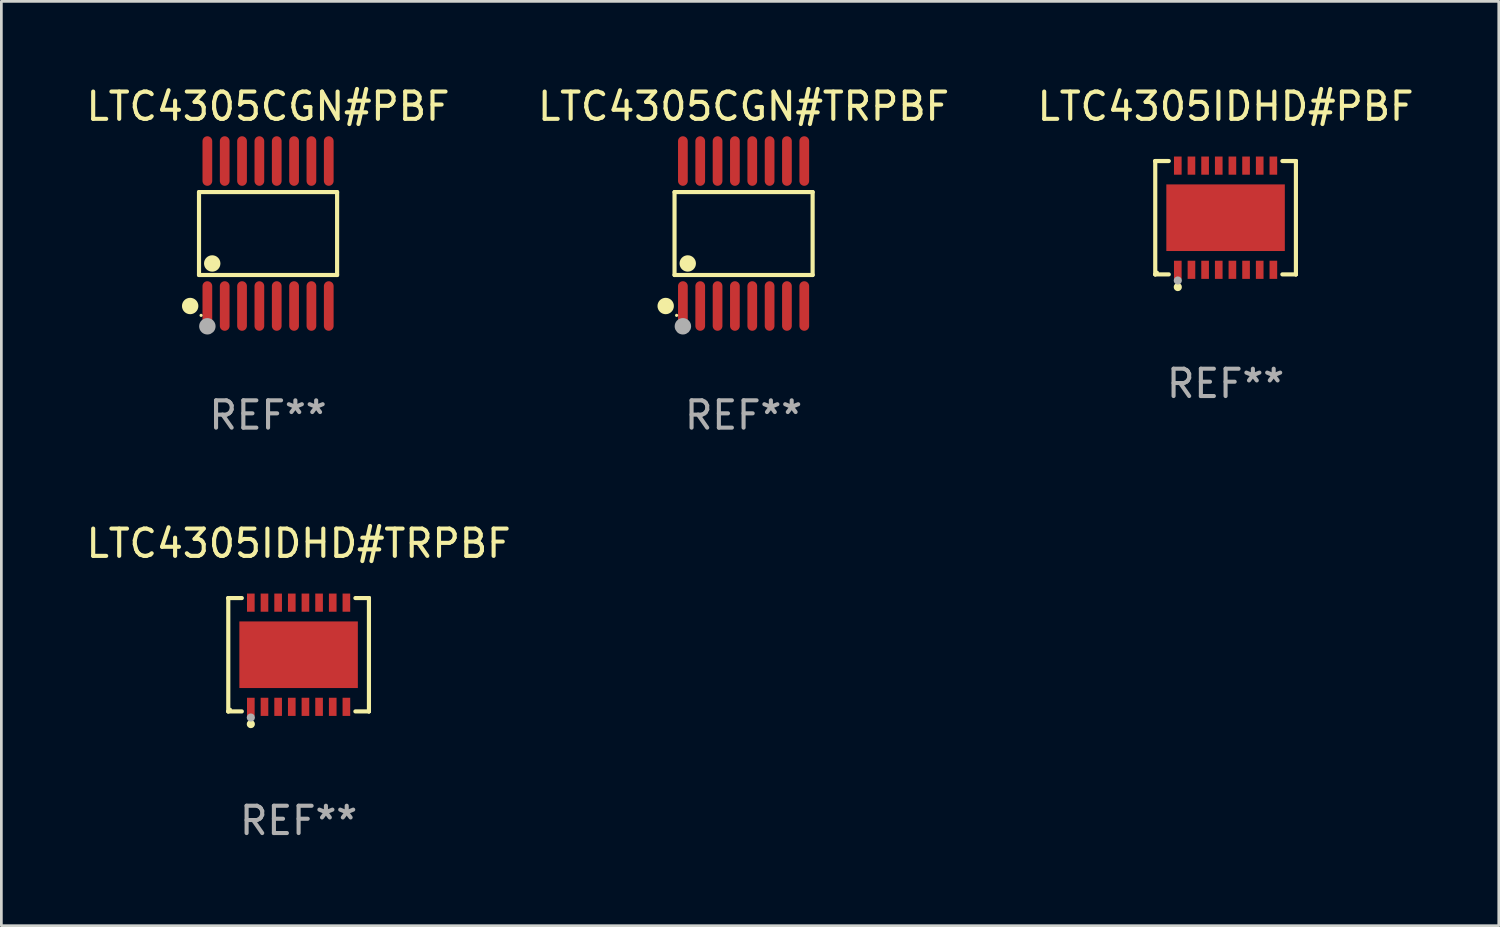
<source format=kicad_pcb>
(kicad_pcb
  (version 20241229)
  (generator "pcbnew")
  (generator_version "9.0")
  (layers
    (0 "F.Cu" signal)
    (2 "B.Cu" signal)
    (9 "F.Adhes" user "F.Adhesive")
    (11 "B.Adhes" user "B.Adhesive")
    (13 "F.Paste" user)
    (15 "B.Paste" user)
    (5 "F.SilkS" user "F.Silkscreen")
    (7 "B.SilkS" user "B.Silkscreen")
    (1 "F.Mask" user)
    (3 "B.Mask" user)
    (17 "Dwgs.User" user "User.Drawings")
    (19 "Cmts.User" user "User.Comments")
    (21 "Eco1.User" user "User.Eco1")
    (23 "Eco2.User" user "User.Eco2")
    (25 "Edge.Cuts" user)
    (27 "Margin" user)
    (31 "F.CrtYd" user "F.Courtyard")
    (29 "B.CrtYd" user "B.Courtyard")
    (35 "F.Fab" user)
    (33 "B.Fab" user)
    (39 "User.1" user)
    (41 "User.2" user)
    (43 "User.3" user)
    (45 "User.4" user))
  (footprint "LTC4305IDHD#PBF"
    (layer "F.Cu")
    (at 41.839 4.924)
    (property "Reference" "LTC4305IDHD#PBF" (at 0 -4.076 0) (layer "F.SilkS") (effects (font (size 1 1) (thickness 0.15))))
    (attr through_hole)
    (fp_line (start -2.576 -2.076) (end -2.576 -2.076) (stroke (width 0.152) (type solid)) (layer "F.SilkS"))
    (fp_line (start -2.576 -2.076) (end -2.08 -2.076) (stroke (width 0.152) (type solid)) (layer "F.SilkS"))
    (fp_line (start -2.576 2.076) (end -2.576 -2.076) (stroke (width 0.152) (type solid)) (layer "F.SilkS"))
    (fp_line (start -2.576 2.076) (end -2.576 2.076) (stroke (width 0.152) (type solid)) (layer "F.SilkS"))
    (fp_line (start -2.08 2.076) (end -2.576 2.076) (stroke (width 0.152) (type solid)) (layer "F.SilkS"))
    (fp_line (start 2.08 2.076) (end 2.576 2.076) (stroke (width 0.152) (type solid)) (layer "F.SilkS"))
    (fp_line (start 2.576 -2.076) (end 2.08 -2.076) (stroke (width 0.152) (type solid)) (layer "F.SilkS"))
    (fp_line (start 2.576 -2.076) (end 2.576 -2.076) (stroke (width 0.152) (type solid)) (layer "F.SilkS"))
    (fp_line (start 2.576 2.076) (end 2.576 -2.076) (stroke (width 0.152) (type solid)) (layer "F.SilkS"))
    (fp_line (start 2.576 2.076) (end 2.576 2.076) (stroke (width 0.152) (type solid)) (layer "F.SilkS"))
    (fp_circle (center -2.5 2) (end -2.47 2) (stroke (width 0.06) (type solid)) (fill no) (layer "F.SilkS"))
    (fp_circle (center -1.75 2.54) (end -1.675 2.54) (stroke (width 0.15) (type solid)) (fill no) (layer "F.SilkS"))
    (fp_circle (center -1.75 2.3) (end -1.675 2.3) (stroke (width 0.15) (type solid)) (fill no) (layer "F.Fab"))
    (fp_text user "REF**" (at 0 6.076 0) (layer "F.Fab") (effects (font (size 1 1) (thickness 0.15))))
    (pad "1" smd rect (at -1.75 1.908) (size 0.28 0.665) (layers "F.Cu" "F.Mask" "F.Paste"))
    (pad "2" smd rect (at -1.25 1.908) (size 0.28 0.665) (layers "F.Cu" "F.Mask" "F.Paste"))
    (pad "3" smd rect (at -0.75 1.908) (size 0.28 0.665) (layers "F.Cu" "F.Mask" "F.Paste"))
    (pad "4" smd rect (at -0.25 1.908) (size 0.28 0.665) (layers "F.Cu" "F.Mask" "F.Paste"))
    (pad "5" smd rect (at 0.25 1.908) (size 0.28 0.665) (layers "F.Cu" "F.Mask" "F.Paste"))
    (pad "6" smd rect (at 0.75 1.908) (size 0.28 0.665) (layers "F.Cu" "F.Mask" "F.Paste"))
    (pad "7" smd rect (at 1.25 1.908) (size 0.28 0.665) (layers "F.Cu" "F.Mask" "F.Paste"))
    (pad "8" smd rect (at 1.75 1.908) (size 0.28 0.665) (layers "F.Cu" "F.Mask" "F.Paste"))
    (pad "9" smd rect (at 1.75 -1.908) (size 0.28 0.665) (layers "F.Cu" "F.Mask" "F.Paste"))
    (pad "10" smd rect (at 1.25 -1.908) (size 0.28 0.665) (layers "F.Cu" "F.Mask" "F.Paste"))
    (pad "11" smd rect (at 0.75 -1.908) (size 0.28 0.665) (layers "F.Cu" "F.Mask" "F.Paste"))
    (pad "12" smd rect (at 0.25 -1.908) (size 0.28 0.665) (layers "F.Cu" "F.Mask" "F.Paste"))
    (pad "13" smd rect (at -0.25 -1.908) (size 0.28 0.665) (layers "F.Cu" "F.Mask" "F.Paste"))
    (pad "14" smd rect (at -0.75 -1.908) (size 0.28 0.665) (layers "F.Cu" "F.Mask" "F.Paste"))
    (pad "15" smd rect (at -1.25 -1.908) (size 0.28 0.665) (layers "F.Cu" "F.Mask" "F.Paste"))
    (pad "16" smd rect (at -1.75 -1.908) (size 0.28 0.665) (layers "F.Cu" "F.Mask" "F.Paste"))
    (pad "17" smd rect (at 0 0) (size 4.34 2.44) (layers "F.Cu" "F.Mask" "F.Paste")))
  (footprint "LTC4305CGN#TRPBF"
    (layer "F.Cu")
    (at 24.185 5.503)
    (property "Reference" "LTC4305CGN#TRPBF" (at 0 -4.655 0) (layer "F.SilkS") (effects (font (size 1 1) (thickness 0.15))))
    (attr through_hole)
    (fp_line (start -2.529 -1.519) (end 2.529 -1.519) (stroke (width 0.152) (type solid)) (layer "F.SilkS"))
    (fp_line (start -2.529 1.519) (end -2.529 -1.519) (stroke (width 0.152) (type solid)) (layer "F.SilkS"))
    (fp_line (start 2.529 -1.519) (end 2.529 1.519) (stroke (width 0.152) (type solid)) (layer "F.SilkS"))
    (fp_line (start 2.529 1.519) (end -2.529 1.519) (stroke (width 0.152) (type solid)) (layer "F.SilkS"))
    (fp_circle (center -2.853 2.655) (end -2.703 2.655) (stroke (width 0.3) (type solid)) (fill no) (layer "F.SilkS"))
    (fp_circle (center -2.453 2.998) (end -2.423 2.998) (stroke (width 0.06) (type solid)) (fill no) (layer "F.SilkS"))
    (fp_circle (center -2.045 1.097) (end -1.895 1.097) (stroke (width 0.3) (type solid)) (fill no) (layer "F.SilkS"))
    (fp_circle (center -2.223 3.398) (end -2.072 3.398) (stroke (width 0.3) (type solid)) (fill no) (layer "F.Fab"))
    (fp_text user "REF**" (at 0 6.655 0) (layer "F.Fab") (effects (font (size 1 1) (thickness 0.15))))
    (pad "1" smd oval (at -2.223 2.655) (size 0.356 1.815) (layers "F.Cu" "F.Mask" "F.Paste"))
    (pad "2" smd oval (at -1.588 2.655) (size 0.356 1.815) (layers "F.Cu" "F.Mask" "F.Paste"))
    (pad "3" smd oval (at -0.953 2.655) (size 0.356 1.815) (layers "F.Cu" "F.Mask" "F.Paste"))
    (pad "4" smd oval (at -0.318 2.655) (size 0.356 1.815) (layers "F.Cu" "F.Mask" "F.Paste"))
    (pad "5" smd oval (at 0.318 2.655) (size 0.356 1.815) (layers "F.Cu" "F.Mask" "F.Paste"))
    (pad "6" smd oval (at 0.953 2.655) (size 0.356 1.815) (layers "F.Cu" "F.Mask" "F.Paste"))
    (pad "7" smd oval (at 1.588 2.655) (size 0.356 1.815) (layers "F.Cu" "F.Mask" "F.Paste"))
    (pad "8" smd oval (at 2.223 2.655) (size 0.356 1.815) (layers "F.Cu" "F.Mask" "F.Paste"))
    (pad "9" smd oval (at 2.223 -2.655) (size 0.356 1.815) (layers "F.Cu" "F.Mask" "F.Paste"))
    (pad "10" smd oval (at 1.588 -2.655) (size 0.356 1.815) (layers "F.Cu" "F.Mask" "F.Paste"))
    (pad "11" smd oval (at 0.953 -2.655) (size 0.356 1.815) (layers "F.Cu" "F.Mask" "F.Paste"))
    (pad "12" smd oval (at 0.318 -2.655) (size 0.356 1.815) (layers "F.Cu" "F.Mask" "F.Paste"))
    (pad "13" smd oval (at -0.318 -2.655) (size 0.356 1.815) (layers "F.Cu" "F.Mask" "F.Paste"))
    (pad "14" smd oval (at -0.953 -2.655) (size 0.356 1.815) (layers "F.Cu" "F.Mask" "F.Paste"))
    (pad "15" smd oval (at -1.588 -2.655) (size 0.356 1.815) (layers "F.Cu" "F.Mask" "F.Paste"))
    (pad "16" smd oval (at -2.223 -2.655) (size 0.356 1.815) (layers "F.Cu" "F.Mask" "F.Paste")))
  (footprint "LTC4305CGN#PBF"
    (layer "F.Cu")
    (at 6.768 5.503)
    (property "Reference" "LTC4305CGN#PBF" (at 0 -4.655 0) (layer "F.SilkS") (effects (font (size 1 1) (thickness 0.15))))
    (attr through_hole)
    (fp_line (start -2.529 -1.519) (end 2.529 -1.519) (stroke (width 0.152) (type solid)) (layer "F.SilkS"))
    (fp_line (start -2.529 1.519) (end -2.529 -1.519) (stroke (width 0.152) (type solid)) (layer "F.SilkS"))
    (fp_line (start 2.529 -1.519) (end 2.529 1.519) (stroke (width 0.152) (type solid)) (layer "F.SilkS"))
    (fp_line (start 2.529 1.519) (end -2.529 1.519) (stroke (width 0.152) (type solid)) (layer "F.SilkS"))
    (fp_circle (center -2.853 2.655) (end -2.703 2.655) (stroke (width 0.3) (type solid)) (fill no) (layer "F.SilkS"))
    (fp_circle (center -2.453 2.998) (end -2.423 2.998) (stroke (width 0.06) (type solid)) (fill no) (layer "F.SilkS"))
    (fp_circle (center -2.045 1.097) (end -1.895 1.097) (stroke (width 0.3) (type solid)) (fill no) (layer "F.SilkS"))
    (fp_circle (center -2.223 3.398) (end -2.072 3.398) (stroke (width 0.3) (type solid)) (fill no) (layer "F.Fab"))
    (fp_text user "REF**" (at 0 6.655 0) (layer "F.Fab") (effects (font (size 1 1) (thickness 0.15))))
    (pad "1" smd oval (at -2.223 2.655) (size 0.356 1.815) (layers "F.Cu" "F.Mask" "F.Paste"))
    (pad "2" smd oval (at -1.588 2.655) (size 0.356 1.815) (layers "F.Cu" "F.Mask" "F.Paste"))
    (pad "3" smd oval (at -0.953 2.655) (size 0.356 1.815) (layers "F.Cu" "F.Mask" "F.Paste"))
    (pad "4" smd oval (at -0.318 2.655) (size 0.356 1.815) (layers "F.Cu" "F.Mask" "F.Paste"))
    (pad "5" smd oval (at 0.318 2.655) (size 0.356 1.815) (layers "F.Cu" "F.Mask" "F.Paste"))
    (pad "6" smd oval (at 0.953 2.655) (size 0.356 1.815) (layers "F.Cu" "F.Mask" "F.Paste"))
    (pad "7" smd oval (at 1.588 2.655) (size 0.356 1.815) (layers "F.Cu" "F.Mask" "F.Paste"))
    (pad "8" smd oval (at 2.223 2.655) (size 0.356 1.815) (layers "F.Cu" "F.Mask" "F.Paste"))
    (pad "9" smd oval (at 2.223 -2.655) (size 0.356 1.815) (layers "F.Cu" "F.Mask" "F.Paste"))
    (pad "10" smd oval (at 1.588 -2.655) (size 0.356 1.815) (layers "F.Cu" "F.Mask" "F.Paste"))
    (pad "11" smd oval (at 0.953 -2.655) (size 0.356 1.815) (layers "F.Cu" "F.Mask" "F.Paste"))
    (pad "12" smd oval (at 0.318 -2.655) (size 0.356 1.815) (layers "F.Cu" "F.Mask" "F.Paste"))
    (pad "13" smd oval (at -0.318 -2.655) (size 0.356 1.815) (layers "F.Cu" "F.Mask" "F.Paste"))
    (pad "14" smd oval (at -0.953 -2.655) (size 0.356 1.815) (layers "F.Cu" "F.Mask" "F.Paste"))
    (pad "15" smd oval (at -1.588 -2.655) (size 0.356 1.815) (layers "F.Cu" "F.Mask" "F.Paste"))
    (pad "16" smd oval (at -2.223 -2.655) (size 0.356 1.815) (layers "F.Cu" "F.Mask" "F.Paste")))
  (footprint "LTC4305IDHD#TRPBF"
    (layer "F.Cu")
    (at 7.887 20.931)
    (property "Reference" "LTC4305IDHD#TRPBF" (at 0 -4.076 0) (layer "F.SilkS") (effects (font (size 1 1) (thickness 0.15))))
    (attr through_hole)
    (fp_line (start -2.576 -2.076) (end -2.576 -2.076) (stroke (width 0.152) (type solid)) (layer "F.SilkS"))
    (fp_line (start -2.576 -2.076) (end -2.08 -2.076) (stroke (width 0.152) (type solid)) (layer "F.SilkS"))
    (fp_line (start -2.576 2.076) (end -2.576 -2.076) (stroke (width 0.152) (type solid)) (layer "F.SilkS"))
    (fp_line (start -2.576 2.076) (end -2.576 2.076) (stroke (width 0.152) (type solid)) (layer "F.SilkS"))
    (fp_line (start -2.08 2.076) (end -2.576 2.076) (stroke (width 0.152) (type solid)) (layer "F.SilkS"))
    (fp_line (start 2.08 2.076) (end 2.576 2.076) (stroke (width 0.152) (type solid)) (layer "F.SilkS"))
    (fp_line (start 2.576 -2.076) (end 2.08 -2.076) (stroke (width 0.152) (type solid)) (layer "F.SilkS"))
    (fp_line (start 2.576 -2.076) (end 2.576 -2.076) (stroke (width 0.152) (type solid)) (layer "F.SilkS"))
    (fp_line (start 2.576 2.076) (end 2.576 -2.076) (stroke (width 0.152) (type solid)) (layer "F.SilkS"))
    (fp_line (start 2.576 2.076) (end 2.576 2.076) (stroke (width 0.152) (type solid)) (layer "F.SilkS"))
    (fp_circle (center -2.5 2) (end -2.47 2) (stroke (width 0.06) (type solid)) (fill no) (layer "F.SilkS"))
    (fp_circle (center -1.75 2.54) (end -1.675 2.54) (stroke (width 0.15) (type solid)) (fill no) (layer "F.SilkS"))
    (fp_circle (center -1.75 2.3) (end -1.675 2.3) (stroke (width 0.15) (type solid)) (fill no) (layer "F.Fab"))
    (fp_text user "REF**" (at 0 6.076 0) (layer "F.Fab") (effects (font (size 1 1) (thickness 0.15))))
    (pad "1" smd rect (at -1.75 1.908) (size 0.28 0.665) (layers "F.Cu" "F.Mask" "F.Paste"))
    (pad "2" smd rect (at -1.25 1.908) (size 0.28 0.665) (layers "F.Cu" "F.Mask" "F.Paste"))
    (pad "3" smd rect (at -0.75 1.908) (size 0.28 0.665) (layers "F.Cu" "F.Mask" "F.Paste"))
    (pad "4" smd rect (at -0.25 1.908) (size 0.28 0.665) (layers "F.Cu" "F.Mask" "F.Paste"))
    (pad "5" smd rect (at 0.25 1.908) (size 0.28 0.665) (layers "F.Cu" "F.Mask" "F.Paste"))
    (pad "6" smd rect (at 0.75 1.908) (size 0.28 0.665) (layers "F.Cu" "F.Mask" "F.Paste"))
    (pad "7" smd rect (at 1.25 1.908) (size 0.28 0.665) (layers "F.Cu" "F.Mask" "F.Paste"))
    (pad "8" smd rect (at 1.75 1.908) (size 0.28 0.665) (layers "F.Cu" "F.Mask" "F.Paste"))
    (pad "9" smd rect (at 1.75 -1.908) (size 0.28 0.665) (layers "F.Cu" "F.Mask" "F.Paste"))
    (pad "10" smd rect (at 1.25 -1.908) (size 0.28 0.665) (layers "F.Cu" "F.Mask" "F.Paste"))
    (pad "11" smd rect (at 0.75 -1.908) (size 0.28 0.665) (layers "F.Cu" "F.Mask" "F.Paste"))
    (pad "12" smd rect (at 0.25 -1.908) (size 0.28 0.665) (layers "F.Cu" "F.Mask" "F.Paste"))
    (pad "13" smd rect (at -0.25 -1.908) (size 0.28 0.665) (layers "F.Cu" "F.Mask" "F.Paste"))
    (pad "14" smd rect (at -0.75 -1.908) (size 0.28 0.665) (layers "F.Cu" "F.Mask" "F.Paste"))
    (pad "15" smd rect (at -1.25 -1.908) (size 0.28 0.665) (layers "F.Cu" "F.Mask" "F.Paste"))
    (pad "16" smd rect (at -1.75 -1.908) (size 0.28 0.665) (layers "F.Cu" "F.Mask" "F.Paste"))
    (pad "17" smd rect (at 0 0) (size 4.34 2.44) (layers "F.Cu" "F.Mask" "F.Paste")))
  (gr_rect
    (start -3 -3)
    (end 51.845 30.855)
    (stroke (width 0.1) (type default))
    (fill no)
    (layer "Edge.Cuts")))
</source>
